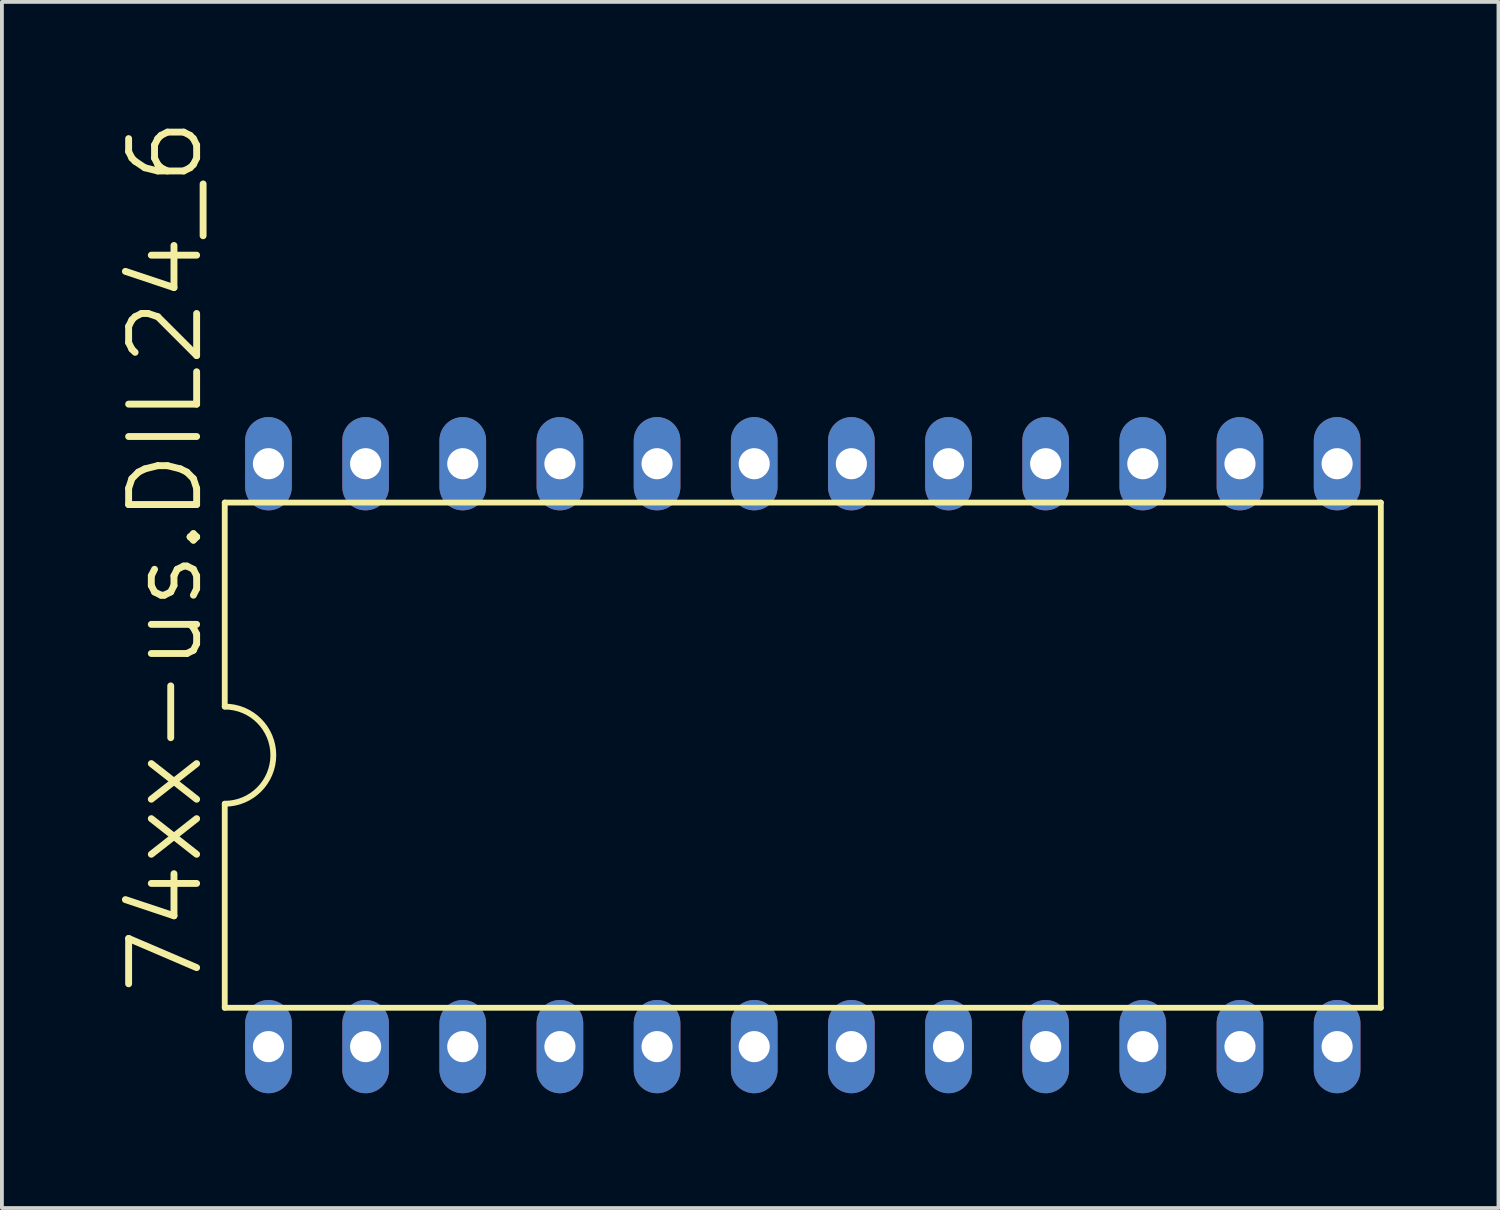
<source format=kicad_pcb>
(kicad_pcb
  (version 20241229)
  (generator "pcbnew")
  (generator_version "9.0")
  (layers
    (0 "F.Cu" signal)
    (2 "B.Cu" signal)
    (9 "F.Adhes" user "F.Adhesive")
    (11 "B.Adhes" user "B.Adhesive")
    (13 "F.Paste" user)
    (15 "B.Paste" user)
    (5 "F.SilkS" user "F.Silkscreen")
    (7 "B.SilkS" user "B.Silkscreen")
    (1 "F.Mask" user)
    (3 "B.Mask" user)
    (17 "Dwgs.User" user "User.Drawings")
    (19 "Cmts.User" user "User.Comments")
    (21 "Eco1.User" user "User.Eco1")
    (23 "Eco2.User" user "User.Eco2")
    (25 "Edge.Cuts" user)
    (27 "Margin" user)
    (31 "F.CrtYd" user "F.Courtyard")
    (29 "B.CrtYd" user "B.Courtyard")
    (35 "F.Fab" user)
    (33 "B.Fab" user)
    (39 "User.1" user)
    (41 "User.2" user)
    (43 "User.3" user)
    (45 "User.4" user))
  (footprint "74xx-us.DIL24_6"
    (layer "F.Cu")
    (at 17.939 16.694)
    (property "Reference" "74xx-us.DIL24_6" (at -15.621 6.35 90) (layer "F.SilkS") (effects (font (size 1.778 1.778) (thickness 0.18)) (justify left bottom)))
    (attr through_hole)
    (fp_line (start -15.113 -6.604) (end -15.113 -1.27) (stroke (width 0.152) (type default)) (layer "F.SilkS"))
    (fp_line (start -15.113 -6.604) (end 15.113 -6.604) (stroke (width 0.152) (type default)) (layer "F.SilkS"))
    (fp_line (start -15.113 1.27) (end -15.113 6.604) (stroke (width 0.152) (type default)) (layer "F.SilkS"))
    (fp_line (start -15.113 6.604) (end 15.113 6.604) (stroke (width 0.152) (type default)) (layer "F.SilkS"))
    (fp_line (start 15.113 6.604) (end 15.113 -6.604) (stroke (width 0.152) (type default)) (layer "F.SilkS"))
    (fp_arc (start -15.113 -1.27) (mid -13.843 0) (end -15.113 1.27) (stroke (width 0.1524) (type default)) (layer "F.SilkS"))
    (pad "1" thru_hole oval (at -13.97 7.62 90) (size 2.438 1.219) (drill 0.813) (layers "*.Cu" "*.Mask"))
    (pad "2" thru_hole oval (at -11.43 7.62 90) (size 2.438 1.219) (drill 0.813) (layers "*.Cu" "*.Mask"))
    (pad "3" thru_hole oval (at -8.89 7.62 90) (size 2.438 1.219) (drill 0.813) (layers "*.Cu" "*.Mask"))
    (pad "4" thru_hole oval (at -6.35 7.62 90) (size 2.438 1.219) (drill 0.813) (layers "*.Cu" "*.Mask"))
    (pad "5" thru_hole oval (at -3.81 7.62 90) (size 2.438 1.219) (drill 0.813) (layers "*.Cu" "*.Mask"))
    (pad "6" thru_hole oval (at -1.27 7.62 90) (size 2.438 1.219) (drill 0.813) (layers "*.Cu" "*.Mask"))
    (pad "7" thru_hole oval (at 1.27 7.62 90) (size 2.438 1.219) (drill 0.813) (layers "*.Cu" "*.Mask"))
    (pad "8" thru_hole oval (at 3.81 7.62 90) (size 2.438 1.219) (drill 0.813) (layers "*.Cu" "*.Mask"))
    (pad "9" thru_hole oval (at 6.35 7.62 90) (size 2.438 1.219) (drill 0.813) (layers "*.Cu" "*.Mask"))
    (pad "10" thru_hole oval (at 8.89 7.62 90) (size 2.438 1.219) (drill 0.813) (layers "*.Cu" "*.Mask"))
    (pad "11" thru_hole oval (at 11.43 7.62 90) (size 2.438 1.219) (drill 0.813) (layers "*.Cu" "*.Mask"))
    (pad "12" thru_hole oval (at 13.97 7.62 90) (size 2.438 1.219) (drill 0.813) (layers "*.Cu" "*.Mask"))
    (pad "13" thru_hole oval (at 13.97 -7.62 90) (size 2.438 1.219) (drill 0.813) (layers "*.Cu" "*.Mask"))
    (pad "14" thru_hole oval (at 11.43 -7.62 90) (size 2.438 1.219) (drill 0.813) (layers "*.Cu" "*.Mask"))
    (pad "15" thru_hole oval (at 8.89 -7.62 90) (size 2.438 1.219) (drill 0.813) (layers "*.Cu" "*.Mask"))
    (pad "16" thru_hole oval (at 6.35 -7.62 90) (size 2.438 1.219) (drill 0.813) (layers "*.Cu" "*.Mask"))
    (pad "17" thru_hole oval (at 3.81 -7.62 90) (size 2.438 1.219) (drill 0.813) (layers "*.Cu" "*.Mask"))
    (pad "18" thru_hole oval (at 1.27 -7.62 90) (size 2.438 1.219) (drill 0.813) (layers "*.Cu" "*.Mask"))
    (pad "19" thru_hole oval (at -1.27 -7.62 90) (size 2.438 1.219) (drill 0.813) (layers "*.Cu" "*.Mask"))
    (pad "20" thru_hole oval (at -3.81 -7.62 90) (size 2.438 1.219) (drill 0.813) (layers "*.Cu" "*.Mask"))
    (pad "21" thru_hole oval (at -6.35 -7.62 90) (size 2.438 1.219) (drill 0.813) (layers "*.Cu" "*.Mask"))
    (pad "22" thru_hole oval (at -8.89 -7.62 90) (size 2.438 1.219) (drill 0.813) (layers "*.Cu" "*.Mask"))
    (pad "23" thru_hole oval (at -11.43 -7.62 90) (size 2.438 1.219) (drill 0.813) (layers "*.Cu" "*.Mask"))
    (pad "24" thru_hole oval (at -13.97 -7.62 90) (size 2.438 1.219) (drill 0.813) (layers "*.Cu" "*.Mask")))
  (gr_rect
    (start -3 -3)
    (end 36.128 28.534)
    (stroke (width 0.1) (type default))
    (fill no)
    (layer "Edge.Cuts")))
</source>
